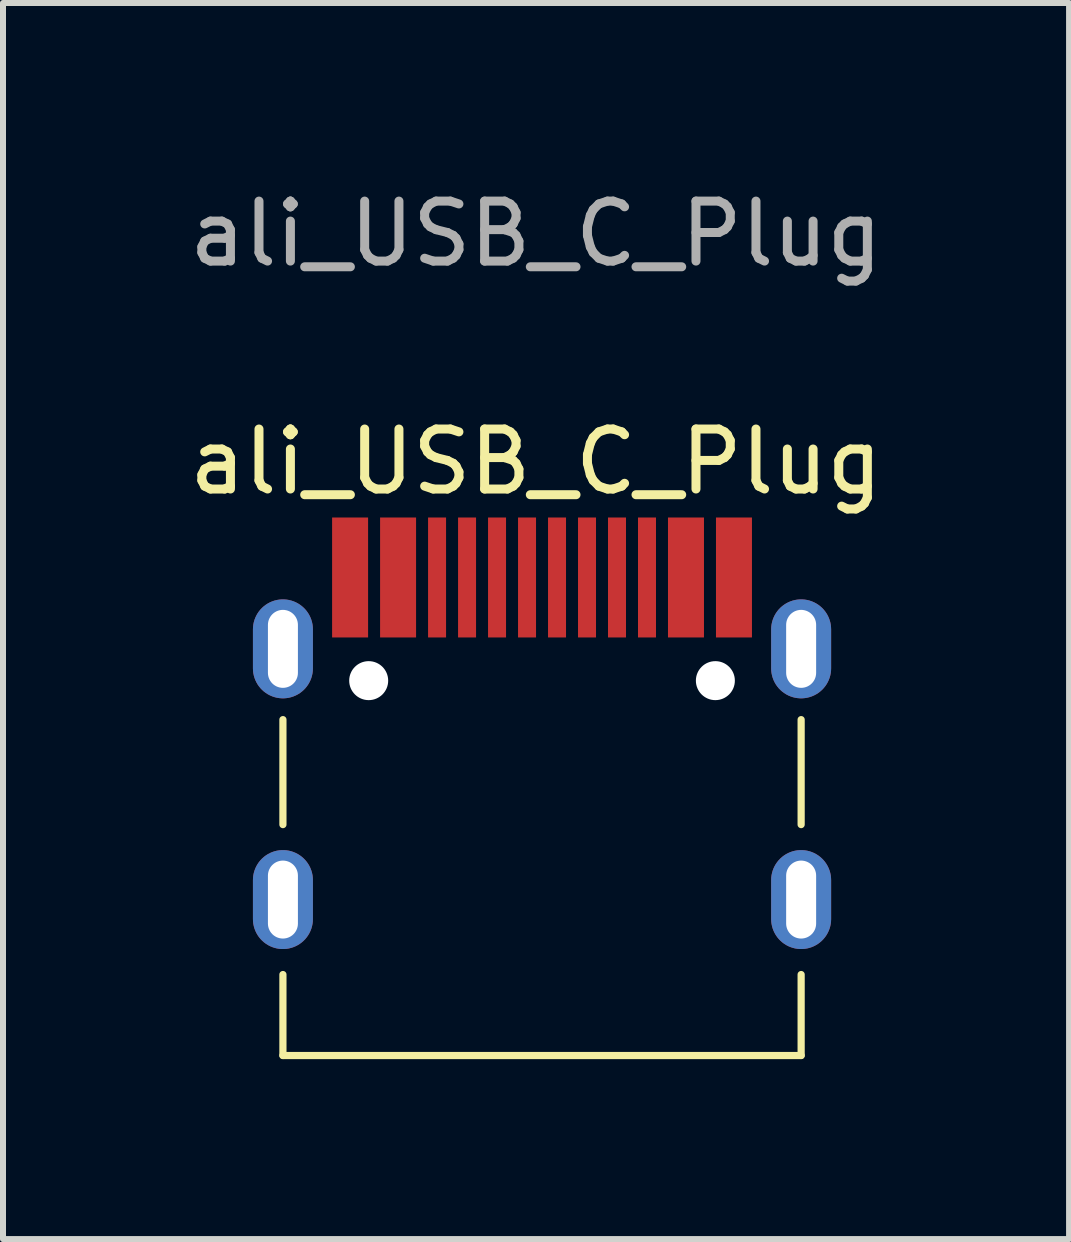
<source format=kicad_pcb>
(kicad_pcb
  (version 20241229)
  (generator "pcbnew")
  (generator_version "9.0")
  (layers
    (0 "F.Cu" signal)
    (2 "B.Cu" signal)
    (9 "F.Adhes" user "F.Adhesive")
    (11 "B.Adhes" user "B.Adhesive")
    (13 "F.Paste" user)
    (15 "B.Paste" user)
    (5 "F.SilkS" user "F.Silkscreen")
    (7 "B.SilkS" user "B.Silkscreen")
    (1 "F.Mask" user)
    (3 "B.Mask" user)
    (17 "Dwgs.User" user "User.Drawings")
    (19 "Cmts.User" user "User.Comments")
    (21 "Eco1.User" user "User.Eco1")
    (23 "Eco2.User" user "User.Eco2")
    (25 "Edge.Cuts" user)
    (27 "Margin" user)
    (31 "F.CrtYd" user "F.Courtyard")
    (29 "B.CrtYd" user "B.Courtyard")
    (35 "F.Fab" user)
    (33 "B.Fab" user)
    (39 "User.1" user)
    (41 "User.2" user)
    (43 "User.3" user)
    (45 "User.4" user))
  (footprint "ali_USB_C_Plug"
    (layer "F.Cu")
    (at 5.987 11.948)
    (property "Reference" "ali_USB_C_Plug" (at -0.1 -7.3 0) (unlocked yes) (layer "F.SilkS") (effects (font (size 1 1) (thickness 0.15))))
    (attr smd)
    (fp_line (start -4.32 -1.25) (end -4.32 -3) (stroke (width 0.12) (type default)) (layer "F.SilkS"))
    (fp_line (start -4.32 2.6) (end -4.32 1.25) (stroke (width 0.12) (type default)) (layer "F.SilkS"))
    (fp_line (start -4.32 2.6) (end 4.32 2.6) (stroke (width 0.12) (type default)) (layer "F.SilkS"))
    (fp_line (start 4.32 -1.25) (end 4.32 -3) (stroke (width 0.12) (type default)) (layer "F.SilkS"))
    (fp_line (start 4.32 2.6) (end 4.32 1.25) (stroke (width 0.12) (type default)) (layer "F.SilkS"))
    (fp_text user "${REFERENCE}" (at -0.1 -11.1 0) (unlocked yes) (layer "F.Fab") (effects (font (size 1 1) (thickness 0.15))))
    (pad "" np_thru_hole circle (at -2.89 -3.65) (size 0.65 0.65) (drill 0.7) (layers "*.Cu" "*.Mask"))
    (pad "" np_thru_hole circle (at 2.89 -3.65) (size 0.65 0.65) (drill 0.7) (layers "*.Cu" "*.Mask"))
    (pad "A1" smd rect (at -3.2 -5.37) (size 0.6 2) (layers "F.Cu" "F.Mask" "F.Paste"))
    (pad "A4" smd rect (at -2.4 -5.37) (size 0.6 2) (layers "F.Cu" "F.Mask" "F.Paste"))
    (pad "A5" smd rect (at -1.25 -5.37) (size 0.3 2) (layers "F.Cu" "F.Mask" "F.Paste"))
    (pad "A6" smd rect (at -0.25 -5.37) (size 0.3 2) (layers "F.Cu" "F.Mask" "F.Paste"))
    (pad "A7" smd rect (at 0.25 -5.37) (size 0.3 2) (layers "F.Cu" "F.Mask" "F.Paste"))
    (pad "A8" smd rect (at 1.25 -5.37) (size 0.3 2) (layers "F.Cu" "F.Mask" "F.Paste"))
    (pad "A9" smd rect (at 2.4 -5.37) (size 0.6 2) (layers "F.Cu" "F.Mask" "F.Paste"))
    (pad "A12" smd rect (at 3.2 -5.37) (size 0.6 2) (layers "F.Cu" "F.Mask" "F.Paste"))
    (pad "B5" smd rect (at 1.75 -5.37) (size 0.3 2) (layers "F.Cu" "F.Mask" "F.Paste"))
    (pad "B6" smd rect (at 0.75 -5.37) (size 0.3 2) (layers "F.Cu" "F.Mask" "F.Paste"))
    (pad "B7" smd rect (at -0.75 -5.37) (size 0.3 2) (layers "F.Cu" "F.Mask" "F.Paste"))
    (pad "B8" smd rect (at -1.75 -5.37) (size 0.3 2) (layers "F.Cu" "F.Mask" "F.Paste"))
    (pad "S1" thru_hole oval (at -4.32 -4.18) (size 1 1.65) (drill oval 0.5 1.3) (layers "*.Cu" "*.Mask"))
    (pad "S1" thru_hole oval (at -4.32 0) (size 1 1.65) (drill oval 0.5 1.3) (layers "*.Cu" "*.Mask"))
    (pad "S1" thru_hole oval (at 4.32 -4.18) (size 1 1.65) (drill oval 0.5 1.3) (layers "*.Cu" "*.Mask"))
    (pad "S1" thru_hole oval (at 4.32 0) (size 1 1.65) (drill oval 0.5 1.3) (layers "*.Cu" "*.Mask")))
  (gr_rect
    (start -3 -3)
    (end 14.774 17.608)
    (stroke (width 0.1) (type default))
    (fill no)
    (layer "Edge.Cuts")))
</source>
